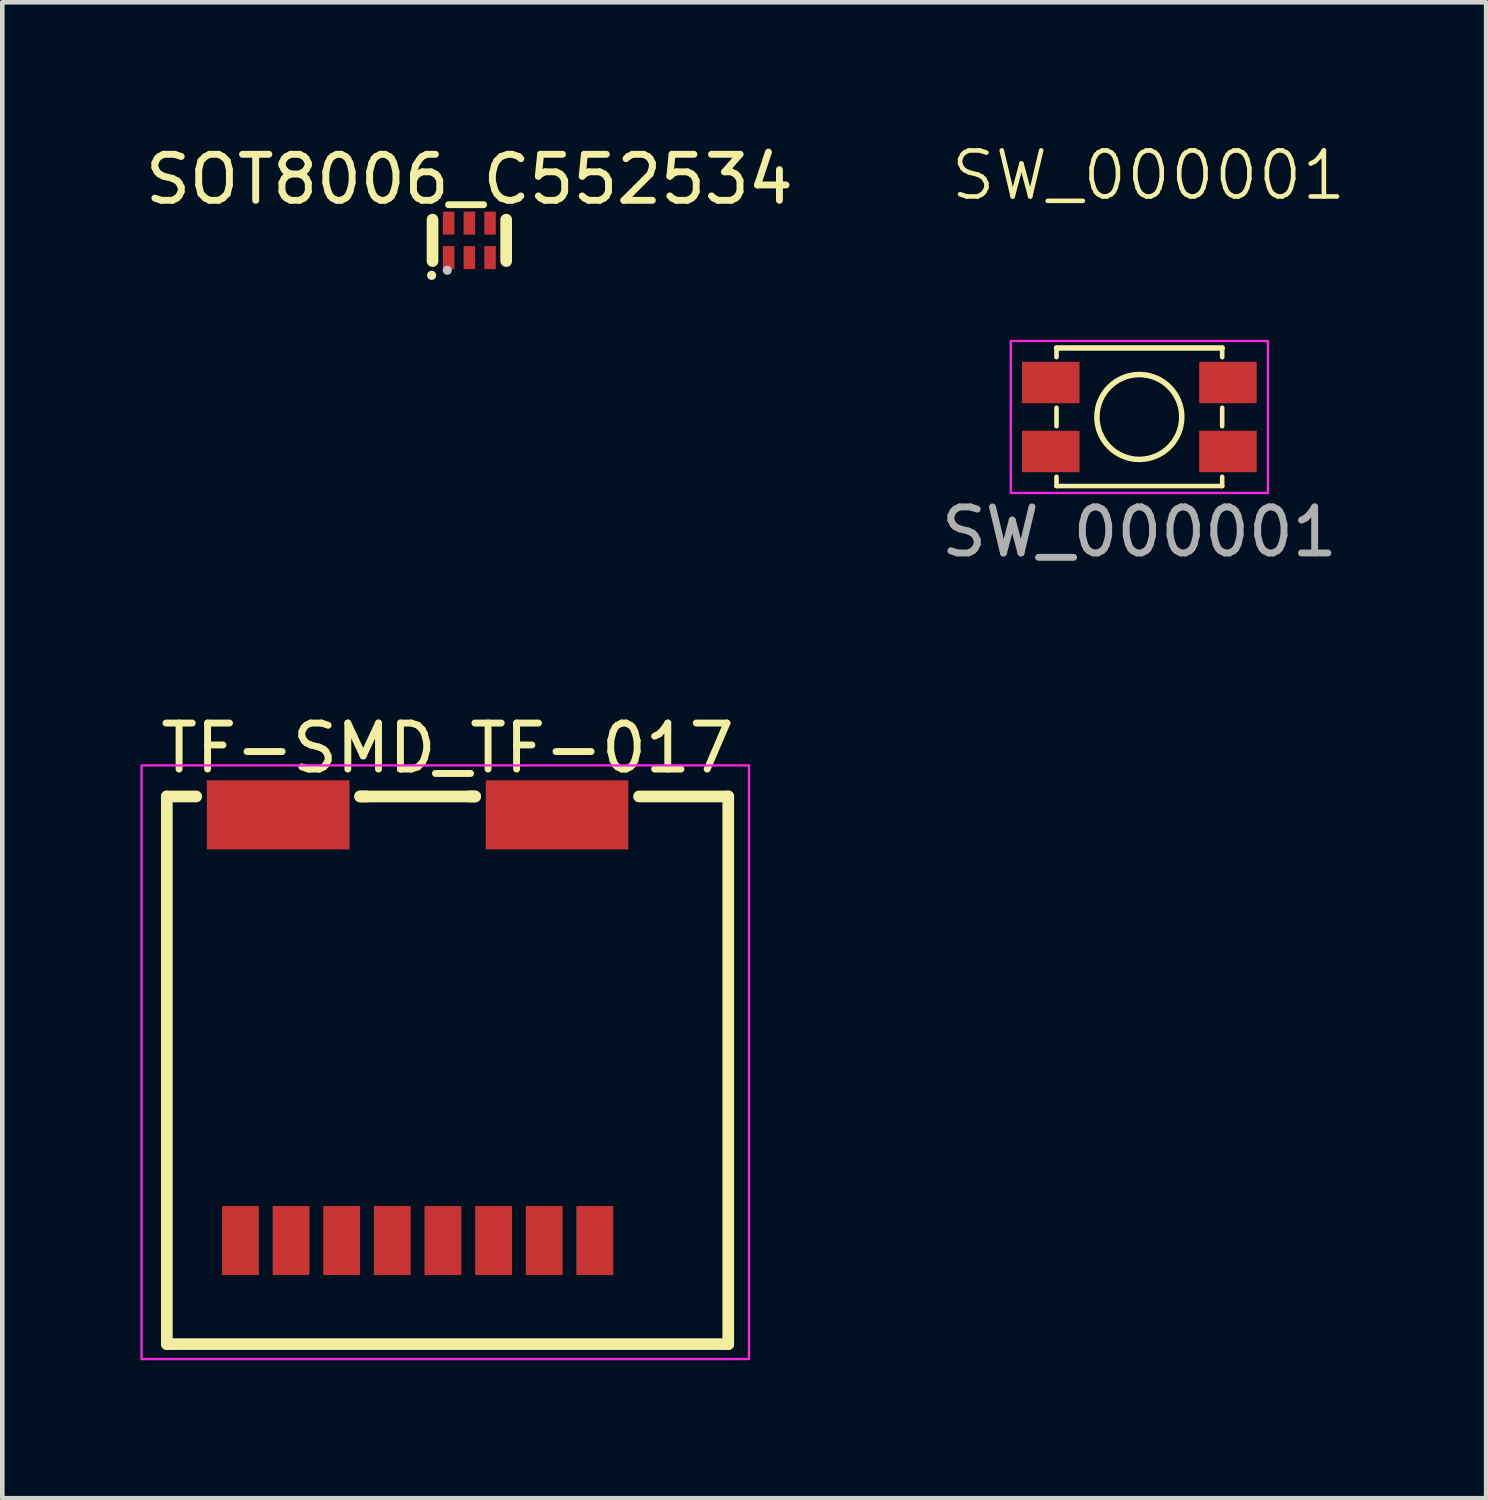
<source format=kicad_pcb>
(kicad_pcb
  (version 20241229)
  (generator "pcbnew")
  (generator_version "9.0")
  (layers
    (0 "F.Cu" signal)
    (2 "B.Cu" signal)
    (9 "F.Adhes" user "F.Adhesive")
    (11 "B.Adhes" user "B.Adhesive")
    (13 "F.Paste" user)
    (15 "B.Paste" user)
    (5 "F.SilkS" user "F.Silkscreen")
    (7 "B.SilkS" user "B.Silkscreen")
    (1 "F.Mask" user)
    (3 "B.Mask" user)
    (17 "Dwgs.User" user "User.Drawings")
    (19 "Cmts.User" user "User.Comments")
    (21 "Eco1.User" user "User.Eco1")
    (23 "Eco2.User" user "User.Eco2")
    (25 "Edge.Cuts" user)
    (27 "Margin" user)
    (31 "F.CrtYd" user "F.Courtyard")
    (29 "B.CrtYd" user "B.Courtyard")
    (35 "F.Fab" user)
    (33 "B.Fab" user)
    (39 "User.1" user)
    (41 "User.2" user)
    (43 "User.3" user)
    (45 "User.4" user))
  (footprint "SOT8006_C552534"
    (layer "F.Cu")
    (at 7.149 2.173)
    (property "Reference" "SOT8006_C552534" (at 0 -1.325 0) (unlocked yes) (layer "F.SilkS") (effects (font (size 1 1) (thickness 0.15))))
    (property "LCSC PNs" "" (at 0 0 0) (unlocked yes) (layer "F.SilkS") (effects (font (size 1 1) (thickness 0.1))))
    (fp_line (start -0.8 -0.45) (end -0.8 0.45) (stroke (width 0.254) (type default)) (layer "F.SilkS"))
    (fp_line (start 0.8 -0.45) (end 0.8 0.45) (stroke (width 0.254) (type default)) (layer "F.SilkS"))
    (fp_circle (center -0.82 0.76) (end -0.77 0.76) (stroke (width 0.1) (type default)) (fill no) (layer "F.SilkS"))
    (fp_circle (center -0.48 0.65) (end -0.43 0.65) (stroke (width 0.1) (type default)) (fill no) (layer "Dwgs.User"))
    (fp_poly (pts (xy -0.54 -0.4) (xy -0.36 -0.4) (xy -0.36 -0.15) (xy -0.54 -0.15)) (stroke (width 0.1) (type default)) (fill no) (layer "User.1"))
    (fp_poly (pts (xy -0.54 0.15) (xy -0.36 0.15) (xy -0.36 0.4) (xy -0.54 0.4)) (stroke (width 0.1) (type default)) (fill no) (layer "User.1"))
    (fp_poly (pts (xy -0.09 -0.4) (xy 0.09 -0.4) (xy 0.09 -0.15) (xy -0.09 -0.15)) (stroke (width 0.1) (type default)) (fill no) (layer "User.1"))
    (fp_poly (pts (xy -0.09 0.15) (xy 0.09 0.15) (xy 0.09 0.4) (xy -0.09 0.4)) (stroke (width 0.1) (type default)) (fill no) (layer "User.1"))
    (fp_poly (pts (xy 0.36 -0.4) (xy 0.54 -0.4) (xy 0.54 -0.15) (xy 0.36 -0.15)) (stroke (width 0.1) (type default)) (fill no) (layer "User.1"))
    (fp_poly (pts (xy 0.36 0.15) (xy 0.54 0.15) (xy 0.54 0.4) (xy 0.36 0.4)) (stroke (width 0.1) (type default)) (fill no) (layer "User.1"))
    (fp_line (start -0.65 -0.4) (end 0.65 -0.4) (stroke (width 0.051) (type default)) (layer "User.2"))
    (fp_line (start -0.65 0.4) (end -0.65 -0.4) (stroke (width 0.051) (type default)) (layer "User.2"))
    (fp_line (start 0.65 -0.4) (end 0.65 0.4) (stroke (width 0.051) (type default)) (layer "User.2"))
    (fp_line (start 0.65 0.4) (end -0.65 0.4) (stroke (width 0.051) (type default)) (layer "User.2"))
    (fp_poly (pts (xy -0.59 0.4) (xy -0.608 0.358) (xy -0.65 0.34) (xy -0.692 0.358) (xy -0.71 0.4) (xy -0.692 0.442) (xy -0.65 0.46) (xy -0.608 0.442)) (stroke (width 0.1) (type default)) (fill no) (layer "User.3"))
    (pad "1" smd rect (at -0.45 0.375) (size 0.25 0.5) (layers "F.Cu" "F.Mask" "F.Paste"))
    (pad "2" smd rect (at 0 0.375) (size 0.25 0.5) (layers "F.Cu" "F.Mask" "F.Paste"))
    (pad "3" smd rect (at 0.45 0.375) (size 0.25 0.5) (layers "F.Cu" "F.Mask" "F.Paste"))
    (pad "4" smd rect (at 0.45 -0.375) (size 0.25 0.5) (layers "F.Cu" "F.Mask" "F.Paste"))
    (pad "5" smd rect (at 0 -0.375) (size 0.25 0.5) (layers "F.Cu" "F.Mask" "F.Paste"))
    (pad "6" smd rect (at -0.45 -0.375) (size 0.25 0.5) (layers "F.Cu" "F.Mask" "F.Paste")))
  (footprint "TF-SMD_TF-017"
    (layer "F.Cu")
    (at 6.025 19.282)
    (property "Reference" "TF-SMD_TF-017" (at 0.65 -6.075 0) (unlocked yes) (layer "F.SilkS") (effects (font (size 1 1) (thickness 0.15))))
    (property "MPNs" "" (at 0 0 0) (unlocked yes) (layer "F.SilkS") (effects (font (size 1 1) (thickness 0.1))))
    (property "LCSC PNs" "" (at 0 0 0) (unlocked yes) (layer "F.SilkS") (effects (font (size 1 1) (thickness 0.1))))
    (property "Field7" "" (at 0 0 0) (unlocked yes) (layer "F.SilkS") (effects (font (size 1 1) (thickness 0.1))))
    (fp_line (start -5.45 -5.025) (end -4.811 -5.025) (stroke (width 0.254) (type default)) (layer "F.SilkS"))
    (fp_line (start -5.45 6.875) (end -5.45 -5.025) (stroke (width 0.254) (type default)) (layer "F.SilkS"))
    (fp_line (start -1.249 -5.025) (end -1.1 -5.025) (stroke (width 0.254) (type default)) (layer "F.SilkS"))
    (fp_line (start -1.249 -5.025) (end 1.249 -5.025) (stroke (width 0.254) (type default)) (layer "F.SilkS"))
    (fp_line (start 1.118 -5.025) (end 1.249 -5.025) (stroke (width 0.254) (type default)) (layer "F.SilkS"))
    (fp_line (start 4.811 -5.025) (end 6.75 -5.025) (stroke (width 0.254) (type default)) (layer "F.SilkS"))
    (fp_line (start 6.75 6.875) (end -5.45 6.875) (stroke (width 0.254) (type default)) (layer "F.SilkS"))
    (fp_line (start 6.75 6.875) (end 6.75 -5.025) (stroke (width 0.254) (type default)) (layer "F.SilkS"))
    (fp_rect (start -6 -5.7) (end 7.2 7.2) (stroke (width 0.05) (type default)) (fill no) (layer "F.CrtYd"))
    (fp_poly (pts (xy -4.05 3.96) (xy -3.65 3.96) (xy -3.65 5.16) (xy -4.05 5.16)) (stroke (width 0.1) (type default)) (fill no) (layer "User.1"))
    (fp_poly (pts (xy -4.05 3.99) (xy -4.05 3.59) (xy -3.65 3.59) (xy -3.65 3.99)) (stroke (width 0.1) (type default)) (fill no) (layer "User.1"))
    (fp_poly (pts (xy -3.68 -5.025) (xy -2.38 -5.025) (xy -2.38 -4.225) (xy -3.68 -4.225)) (stroke (width 0.1) (type default)) (fill no) (layer "User.1"))
    (fp_poly (pts (xy -2.95 3.96) (xy -2.55 3.96) (xy -2.55 5.16) (xy -2.95 5.16)) (stroke (width 0.1) (type default)) (fill no) (layer "User.1"))
    (fp_poly (pts (xy -2.95 3.99) (xy -2.95 3.59) (xy -2.55 3.59) (xy -2.55 3.99)) (stroke (width 0.1) (type default)) (fill no) (layer "User.1"))
    (fp_poly (pts (xy -1.85 3.96) (xy -1.45 3.96) (xy -1.45 5.16) (xy -1.85 5.16)) (stroke (width 0.1) (type default)) (fill no) (layer "User.1"))
    (fp_poly (pts (xy -1.85 3.99) (xy -1.85 3.59) (xy -1.45 3.59) (xy -1.45 3.99)) (stroke (width 0.1) (type default)) (fill no) (layer "User.1"))
    (fp_poly (pts (xy -0.75 3.96) (xy -0.35 3.96) (xy -0.35 5.16) (xy -0.75 5.16)) (stroke (width 0.1) (type default)) (fill no) (layer "User.1"))
    (fp_poly (pts (xy -0.75 3.99) (xy -0.75 3.59) (xy -0.35 3.59) (xy -0.35 3.99)) (stroke (width 0.1) (type default)) (fill no) (layer "User.1"))
    (fp_poly (pts (xy 0.35 3.96) (xy 0.75 3.96) (xy 0.75 5.16) (xy 0.35 5.16)) (stroke (width 0.1) (type default)) (fill no) (layer "User.1"))
    (fp_poly (pts (xy 0.35 3.99) (xy 0.35 3.59) (xy 0.75 3.59) (xy 0.75 3.99)) (stroke (width 0.1) (type default)) (fill no) (layer "User.1"))
    (fp_poly (pts (xy 1.45 3.96) (xy 1.85 3.96) (xy 1.85 5.16) (xy 1.45 5.16)) (stroke (width 0.1) (type default)) (fill no) (layer "User.1"))
    (fp_poly (pts (xy 1.45 3.99) (xy 1.45 3.59) (xy 1.85 3.59) (xy 1.85 3.99)) (stroke (width 0.1) (type default)) (fill no) (layer "User.1"))
    (fp_poly (pts (xy 2.38 -5.025) (xy 3.68 -5.025) (xy 3.68 -4.225) (xy 2.38 -4.225)) (stroke (width 0.1) (type default)) (fill no) (layer "User.1"))
    (fp_poly (pts (xy 2.55 3.96) (xy 2.95 3.96) (xy 2.95 5.16) (xy 2.55 5.16)) (stroke (width 0.1) (type default)) (fill no) (layer "User.1"))
    (fp_poly (pts (xy 2.55 3.99) (xy 2.55 3.59) (xy 2.95 3.59) (xy 2.95 3.99)) (stroke (width 0.1) (type default)) (fill no) (layer "User.1"))
    (fp_poly (pts (xy 3.65 3.96) (xy 4.05 3.96) (xy 4.05 5.16) (xy 3.65 5.16)) (stroke (width 0.1) (type default)) (fill no) (layer "User.1"))
    (fp_poly (pts (xy 3.65 3.99) (xy 3.65 3.59) (xy 4.05 3.59) (xy 4.05 3.99)) (stroke (width 0.1) (type default)) (fill no) (layer "User.1"))
    (fp_line (start -5.43 -4.54) (end -5.43 6.71) (stroke (width 0.051) (type default)) (layer "User.2"))
    (fp_line (start -5.43 6.71) (end -4.53 6.71) (stroke (width 0.051) (type default)) (layer "User.2"))
    (fp_line (start -4.8 -5.09) (end -4.88 -5.09) (stroke (width 0.051) (type default)) (layer "User.2"))
    (fp_line (start -4.53 4.71) (end -4.38 4.56) (stroke (width 0.051) (type default)) (layer "User.2"))
    (fp_line (start -4.53 6.71) (end -4.53 4.71) (stroke (width 0.051) (type default)) (layer "User.2"))
    (fp_line (start -4.38 4.56) (end -4.37 3.61) (stroke (width 0.051) (type default)) (layer "User.2"))
    (fp_line (start -4.37 3.61) (end 4.95 3.61) (stroke (width 0.051) (type default)) (layer "User.2"))
    (fp_line (start 4.93 -5.1) (end -4.79 -5.1) (stroke (width 0.051) (type default)) (layer "User.2"))
    (fp_line (start 4.93 6.72) (end 6.73 6.72) (stroke (width 0.051) (type default)) (layer "User.2"))
    (fp_line (start 4.95 3.61) (end 4.93 6.72) (stroke (width 0.051) (type default)) (layer "User.2"))
    (fp_line (start 5.43 -0.6) (end 5.43 -4.486) (stroke (width 0.051) (type default)) (layer "User.2"))
    (fp_line (start 5.44 -4.51) (end 5.44 -4.59) (stroke (width 0.051) (type default)) (layer "User.2"))
    (fp_line (start 5.67 -0.15) (end 5.579 -0.241) (stroke (width 0.051) (type default)) (layer "User.2"))
    (fp_line (start 6.6 0.8) (end 5.684 -0.116) (stroke (width 0.051) (type default)) (layer "User.2"))
    (fp_line (start 6.73 6.72) (end 6.74 6.71) (stroke (width 0.051) (type default)) (layer "User.2"))
    (fp_line (start 6.74 6.71) (end 6.74 1.138) (stroke (width 0.051) (type default)) (layer "User.2"))
    (fp_arc (start -5.43 -4.54) (mid -5.268909 -4.928909) (end -4.88 -5.09) (stroke (width 0.051) (type default)) (layer "User.2"))
    (fp_arc (start -4.8 -5.09) (mid -4.797071 -5.097071) (end -4.79 -5.1) (stroke (width 0.051) (type default)) (layer "User.2"))
    (fp_arc (start 4.93 -5.1) (mid 5.290624 -4.950624) (end 5.44 -4.59) (stroke (width 0.051) (type default)) (layer "User.2"))
    (fp_arc (start 5.43 -4.486) (mid 5.432588 -4.499011) (end 5.44 -4.51) (stroke (width 0.051) (type default)) (layer "User.2"))
    (fp_arc (start 5.5785 -0.2415) (mid 5.468597 -0.405981) (end 5.43 -0.6) (stroke (width 0.051) (type default)) (layer "User.2"))
    (fp_arc (start 5.684 -0.116) (mid 5.673682 -0.131627) (end 5.67 -0.15) (stroke (width 0.051) (type default)) (layer "User.2"))
    (fp_arc (start 6.6 0.8) (mid 6.703618 0.955076) (end 6.74 1.138) (stroke (width 0.051) (type default)) (layer "User.2"))
    (fp_poly (pts (xy 6.77 6.69) (xy 6.752 6.648) (xy 6.71 6.63) (xy 6.668 6.648) (xy 6.65 6.69) (xy 6.668 6.732) (xy 6.71 6.75) (xy 6.752 6.732)) (stroke (width 0.1) (type default)) (fill no) (layer "User.3"))
    (pad "1" smd rect (at 3.85 4.625) (size 0.8 1.5) (layers "F.Cu" "F.Mask" "F.Paste"))
    (pad "2" smd rect (at 2.75 4.625) (size 0.8 1.5) (layers "F.Cu" "F.Mask" "F.Paste"))
    (pad "3" smd rect (at 1.65 4.625) (size 0.8 1.5) (layers "F.Cu" "F.Mask" "F.Paste"))
    (pad "4" smd rect (at 0.55 4.625) (size 0.8 1.5) (layers "F.Cu" "F.Mask" "F.Paste"))
    (pad "5" smd rect (at -0.55 4.625) (size 0.8 1.5) (layers "F.Cu" "F.Mask" "F.Paste"))
    (pad "6" smd rect (at -1.65 4.625) (size 0.8 1.5) (layers "F.Cu" "F.Mask" "F.Paste"))
    (pad "7" smd rect (at -2.75 4.625) (size 0.8 1.5) (layers "F.Cu" "F.Mask" "F.Paste"))
    (pad "8" smd rect (at -3.85 4.625) (size 0.8 1.5) (layers "F.Cu" "F.Mask" "F.Paste"))
    (pad "9" smd rect (at -3.03 -4.625) (size 3.1 1.5) (layers "F.Cu" "F.Mask" "F.Paste"))
    (pad "10" smd rect (at 3.03 -4.625) (size 3.1 1.5) (layers "F.Cu" "F.Mask" "F.Paste")))
  (footprint "SW_000001"
    (layer "F.Cu")
    (at 21.708 6.011)
    (property "Reference" "SW_000001" (at 0.2 -5.25 0) (unlocked yes) (layer "F.SilkS") (effects (font (size 1 1) (thickness 0.1))))
    (attr smd)
    (fp_line (start -1.8 -1.5) (end -1.8 -1.3) (stroke (width 0.1) (type default)) (layer "F.SilkS"))
    (fp_line (start -1.8 -1.5) (end 1.8 -1.5) (stroke (width 0.12) (type default)) (layer "F.SilkS"))
    (fp_line (start -1.8 0.2) (end -1.8 -0.2) (stroke (width 0.1) (type default)) (layer "F.SilkS"))
    (fp_line (start -1.8 1.5) (end -1.8 1.3) (stroke (width 0.1) (type default)) (layer "F.SilkS"))
    (fp_line (start -1.8 1.5) (end 1.8 1.5) (stroke (width 0.1) (type default)) (layer "F.SilkS"))
    (fp_line (start 1.8 -1.5) (end 1.8 -1.3) (stroke (width 0.1) (type default)) (layer "F.SilkS"))
    (fp_line (start 1.8 -0.2) (end 1.8 0.2) (stroke (width 0.1) (type default)) (layer "F.SilkS"))
    (fp_line (start 1.8 1.5) (end 1.8 1.3) (stroke (width 0.1) (type default)) (layer "F.SilkS"))
    (fp_circle (center 0 0) (end 0.922 0) (stroke (width 0.12) (type default)) (fill no) (layer "F.SilkS"))
    (fp_rect (start -2.794 -1.651) (end 2.794 1.651) (stroke (width 0.05) (type default)) (fill no) (layer "F.CrtYd"))
    (fp_text user "${REFERENCE}" (at 0 2.5 0) (unlocked yes) (layer "F.Fab") (effects (font (size 1 1) (thickness 0.15))))
    (pad "1" smd rect (at -1.925 -0.75) (size 1.25 0.9) (layers "F.Cu" "F.Mask" "F.Paste"))
    (pad "1" smd rect (at 1.925 -0.75) (size 1.25 0.9) (layers "F.Cu" "F.Mask" "F.Paste"))
    (pad "2" smd rect (at -1.925 0.75) (size 1.25 0.9) (layers "F.Cu" "F.Mask" "F.Paste"))
    (pad "2" smd rect (at 1.925 0.75) (size 1.25 0.9) (layers "F.Cu" "F.Mask" "F.Paste")))
  (gr_rect
    (start -3 -3)
    (end 29.244 29.507)
    (stroke (width 0.1) (type default))
    (fill no)
    (layer "Edge.Cuts")))
</source>
